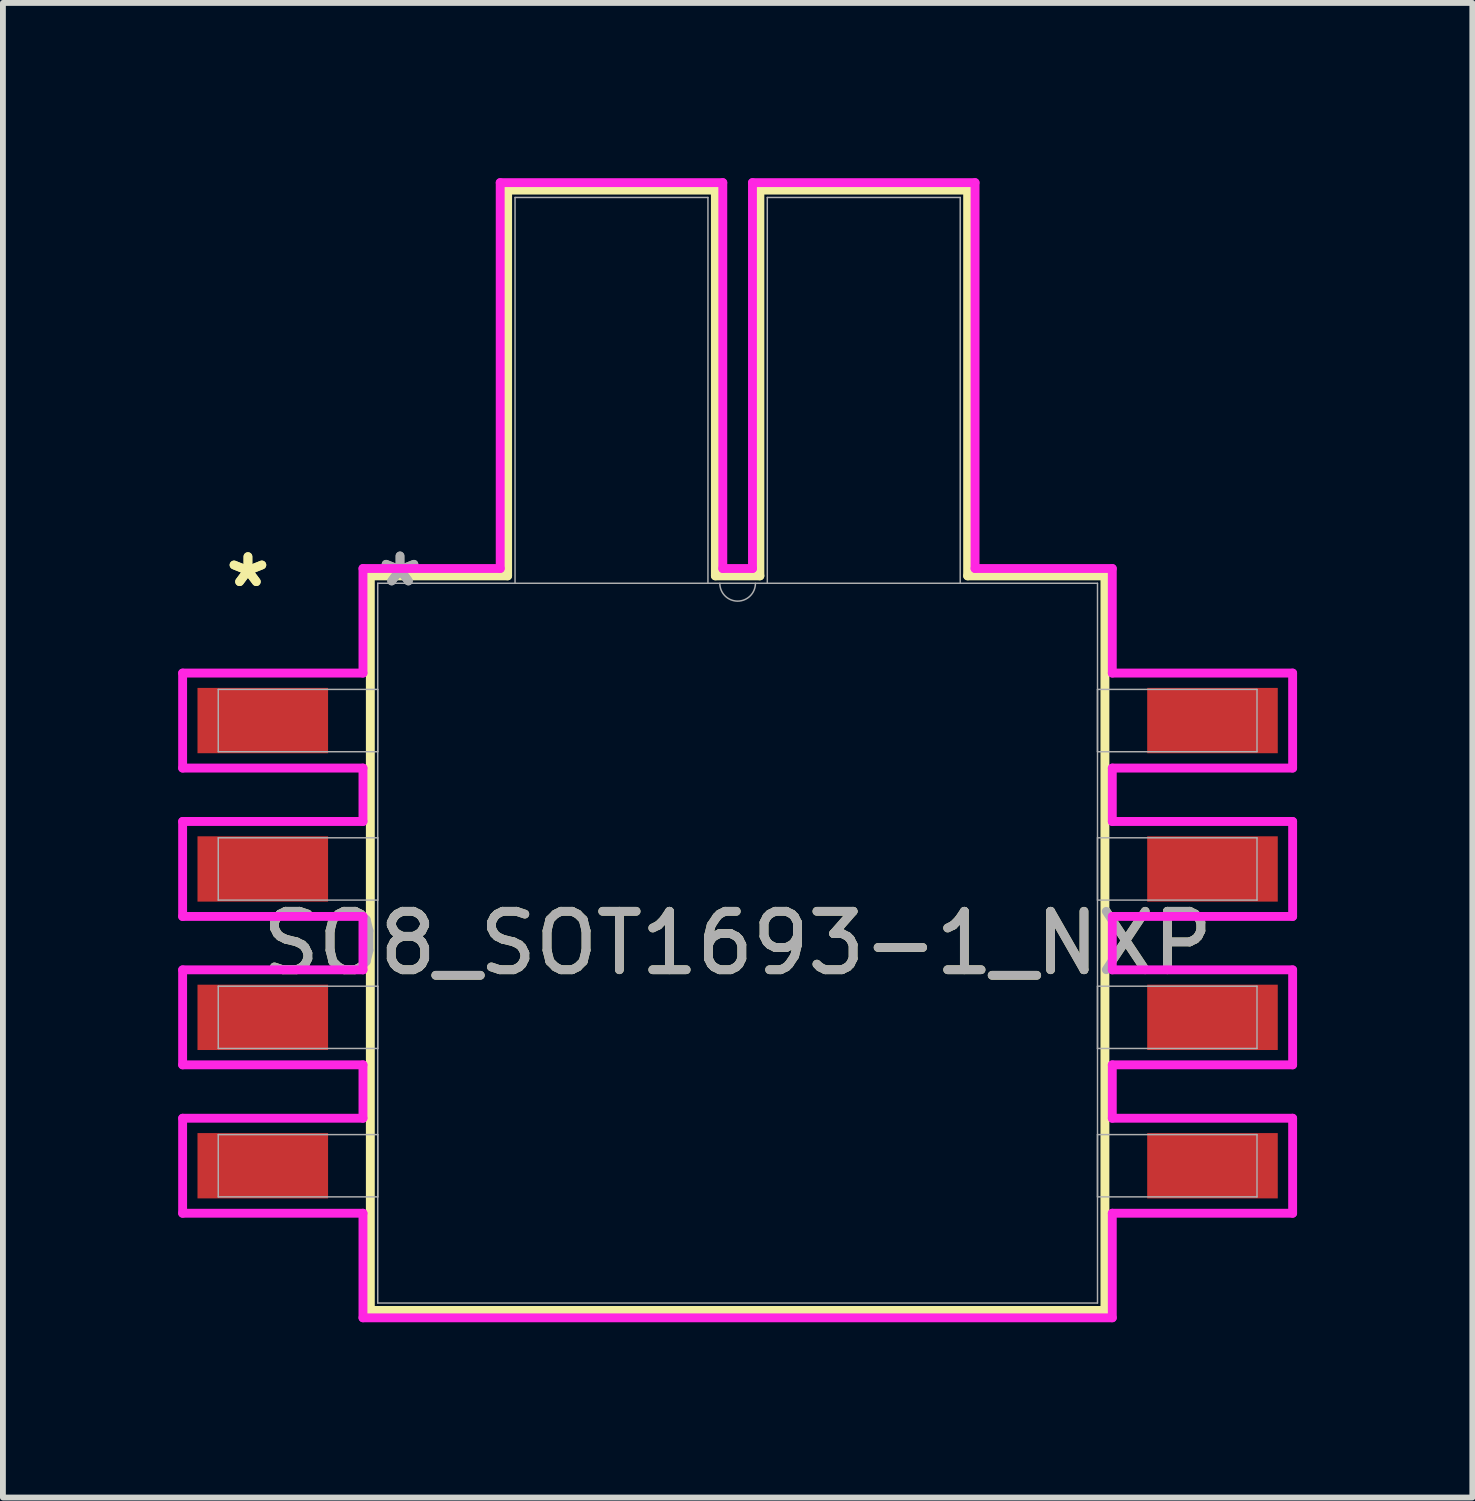
<source format=kicad_pcb>
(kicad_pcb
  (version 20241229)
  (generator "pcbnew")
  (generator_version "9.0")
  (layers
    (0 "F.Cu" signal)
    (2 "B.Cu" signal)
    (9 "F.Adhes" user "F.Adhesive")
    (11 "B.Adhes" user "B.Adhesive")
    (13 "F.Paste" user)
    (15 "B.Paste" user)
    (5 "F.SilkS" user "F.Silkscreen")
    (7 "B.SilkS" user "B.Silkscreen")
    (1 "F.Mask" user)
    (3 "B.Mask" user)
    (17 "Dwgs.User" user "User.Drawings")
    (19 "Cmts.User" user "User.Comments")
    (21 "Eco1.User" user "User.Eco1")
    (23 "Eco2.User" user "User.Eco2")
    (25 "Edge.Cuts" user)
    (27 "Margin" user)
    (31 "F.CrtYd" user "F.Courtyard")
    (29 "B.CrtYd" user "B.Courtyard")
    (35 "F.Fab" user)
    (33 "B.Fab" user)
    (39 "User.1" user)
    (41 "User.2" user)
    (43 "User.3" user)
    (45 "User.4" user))
  (footprint "SO8_SOT1693-1_NXP"
    (layer "F.Cu")
    (at 9.576 13.094)
    (property "Reference" "SO8_SOT1693-1_NXP" (at 0 0 0) (unlocked yes) (layer "F.SilkS") (effects (font (size 1 1) (thickness 0.15))))
    (attr smd)
    (fp_line (start -6.287 -6.287) (end -6.287 6.287) (stroke (width 0.152) (type solid)) (layer "F.SilkS"))
    (fp_line (start -6.287 6.287) (end 6.287 6.287) (stroke (width 0.152) (type solid)) (layer "F.SilkS"))
    (fp_line (start -3.937 -12.89) (end -3.937 -6.287) (stroke (width 0.152) (type solid)) (layer "F.SilkS"))
    (fp_line (start -3.937 -6.287) (end -6.287 -6.287) (stroke (width 0.152) (type solid)) (layer "F.SilkS"))
    (fp_line (start -0.381 -12.89) (end -3.937 -12.89) (stroke (width 0.152) (type solid)) (layer "F.SilkS"))
    (fp_line (start -0.381 -6.287) (end -0.381 -12.89) (stroke (width 0.152) (type solid)) (layer "F.SilkS"))
    (fp_line (start 0.381 -12.89) (end 0.381 -6.287) (stroke (width 0.152) (type solid)) (layer "F.SilkS"))
    (fp_line (start 0.381 -6.287) (end -0.381 -6.287) (stroke (width 0.152) (type solid)) (layer "F.SilkS"))
    (fp_line (start 3.937 -12.89) (end 0.381 -12.89) (stroke (width 0.152) (type solid)) (layer "F.SilkS"))
    (fp_line (start 3.937 -6.287) (end 3.937 -12.89) (stroke (width 0.152) (type solid)) (layer "F.SilkS"))
    (fp_line (start 6.287 -6.287) (end 3.937 -6.287) (stroke (width 0.152) (type solid)) (layer "F.SilkS"))
    (fp_line (start 6.287 6.287) (end 6.287 -6.287) (stroke (width 0.152) (type solid)) (layer "F.SilkS"))
    (fp_line (start -9.5 -4.623) (end -9.5 -2.997) (stroke (width 0.152) (type solid)) (layer "F.CrtYd"))
    (fp_line (start -9.5 -2.997) (end -6.413 -2.997) (stroke (width 0.152) (type solid)) (layer "F.CrtYd"))
    (fp_line (start -9.5 -2.083) (end -9.5 -0.457) (stroke (width 0.152) (type solid)) (layer "F.CrtYd"))
    (fp_line (start -9.5 -0.457) (end -6.413 -0.457) (stroke (width 0.152) (type solid)) (layer "F.CrtYd"))
    (fp_line (start -9.5 0.457) (end -9.5 2.083) (stroke (width 0.152) (type solid)) (layer "F.CrtYd"))
    (fp_line (start -9.5 2.083) (end -6.413 2.083) (stroke (width 0.152) (type solid)) (layer "F.CrtYd"))
    (fp_line (start -9.5 2.997) (end -9.5 4.623) (stroke (width 0.152) (type solid)) (layer "F.CrtYd"))
    (fp_line (start -9.5 4.623) (end -6.413 4.623) (stroke (width 0.152) (type solid)) (layer "F.CrtYd"))
    (fp_line (start -6.413 -6.413) (end -6.413 -4.623) (stroke (width 0.152) (type solid)) (layer "F.CrtYd"))
    (fp_line (start -6.413 -4.623) (end -9.5 -4.623) (stroke (width 0.152) (type solid)) (layer "F.CrtYd"))
    (fp_line (start -6.413 -2.997) (end -6.413 -2.083) (stroke (width 0.152) (type solid)) (layer "F.CrtYd"))
    (fp_line (start -6.413 -2.083) (end -9.5 -2.083) (stroke (width 0.152) (type solid)) (layer "F.CrtYd"))
    (fp_line (start -6.413 -0.457) (end -6.413 0.457) (stroke (width 0.152) (type solid)) (layer "F.CrtYd"))
    (fp_line (start -6.413 0.457) (end -9.5 0.457) (stroke (width 0.152) (type solid)) (layer "F.CrtYd"))
    (fp_line (start -6.413 2.083) (end -6.413 2.997) (stroke (width 0.152) (type solid)) (layer "F.CrtYd"))
    (fp_line (start -6.413 2.997) (end -9.5 2.997) (stroke (width 0.152) (type solid)) (layer "F.CrtYd"))
    (fp_line (start -6.413 4.623) (end -6.413 6.413) (stroke (width 0.152) (type solid)) (layer "F.CrtYd"))
    (fp_line (start -6.413 6.413) (end 6.413 6.413) (stroke (width 0.152) (type solid)) (layer "F.CrtYd"))
    (fp_line (start -4.064 -13.018) (end -4.064 -6.413) (stroke (width 0.152) (type solid)) (layer "F.CrtYd"))
    (fp_line (start -4.064 -6.413) (end -6.413 -6.413) (stroke (width 0.152) (type solid)) (layer "F.CrtYd"))
    (fp_line (start -0.254 -13.018) (end -4.064 -13.018) (stroke (width 0.152) (type solid)) (layer "F.CrtYd"))
    (fp_line (start -0.254 -6.413) (end -0.254 -13.018) (stroke (width 0.152) (type solid)) (layer "F.CrtYd"))
    (fp_line (start 0.254 -13.018) (end 0.254 -6.413) (stroke (width 0.152) (type solid)) (layer "F.CrtYd"))
    (fp_line (start 0.254 -6.413) (end -0.254 -6.413) (stroke (width 0.152) (type solid)) (layer "F.CrtYd"))
    (fp_line (start 4.064 -13.018) (end 0.254 -13.018) (stroke (width 0.152) (type solid)) (layer "F.CrtYd"))
    (fp_line (start 4.064 -6.413) (end 4.064 -13.018) (stroke (width 0.152) (type solid)) (layer "F.CrtYd"))
    (fp_line (start 6.413 -6.413) (end 4.064 -6.413) (stroke (width 0.152) (type solid)) (layer "F.CrtYd"))
    (fp_line (start 6.413 -4.623) (end 6.413 -6.413) (stroke (width 0.152) (type solid)) (layer "F.CrtYd"))
    (fp_line (start 6.413 -2.997) (end 9.5 -2.997) (stroke (width 0.152) (type solid)) (layer "F.CrtYd"))
    (fp_line (start 6.413 -2.083) (end 6.413 -2.997) (stroke (width 0.152) (type solid)) (layer "F.CrtYd"))
    (fp_line (start 6.413 -0.457) (end 9.5 -0.457) (stroke (width 0.152) (type solid)) (layer "F.CrtYd"))
    (fp_line (start 6.413 0.457) (end 6.413 -0.457) (stroke (width 0.152) (type solid)) (layer "F.CrtYd"))
    (fp_line (start 6.413 2.083) (end 9.5 2.083) (stroke (width 0.152) (type solid)) (layer "F.CrtYd"))
    (fp_line (start 6.413 2.997) (end 6.413 2.083) (stroke (width 0.152) (type solid)) (layer "F.CrtYd"))
    (fp_line (start 6.413 4.623) (end 9.5 4.623) (stroke (width 0.152) (type solid)) (layer "F.CrtYd"))
    (fp_line (start 6.413 6.413) (end 6.413 4.623) (stroke (width 0.152) (type solid)) (layer "F.CrtYd"))
    (fp_line (start 9.5 -4.623) (end 6.413 -4.623) (stroke (width 0.152) (type solid)) (layer "F.CrtYd"))
    (fp_line (start 9.5 -2.997) (end 9.5 -4.623) (stroke (width 0.152) (type solid)) (layer "F.CrtYd"))
    (fp_line (start 9.5 -2.083) (end 6.413 -2.083) (stroke (width 0.152) (type solid)) (layer "F.CrtYd"))
    (fp_line (start 9.5 -0.457) (end 9.5 -2.083) (stroke (width 0.152) (type solid)) (layer "F.CrtYd"))
    (fp_line (start 9.5 0.457) (end 6.413 0.457) (stroke (width 0.152) (type solid)) (layer "F.CrtYd"))
    (fp_line (start 9.5 2.083) (end 9.5 0.457) (stroke (width 0.152) (type solid)) (layer "F.CrtYd"))
    (fp_line (start 9.5 2.997) (end 6.413 2.997) (stroke (width 0.152) (type solid)) (layer "F.CrtYd"))
    (fp_line (start 9.5 4.623) (end 9.5 2.997) (stroke (width 0.152) (type solid)) (layer "F.CrtYd"))
    (fp_line (start -8.89 -4.343) (end -8.89 -3.277) (stroke (width 0.025) (type solid)) (layer "F.Fab"))
    (fp_line (start -8.89 -3.277) (end -6.16 -3.277) (stroke (width 0.025) (type solid)) (layer "F.Fab"))
    (fp_line (start -8.89 -1.803) (end -8.89 -0.737) (stroke (width 0.025) (type solid)) (layer "F.Fab"))
    (fp_line (start -8.89 -0.737) (end -6.16 -0.737) (stroke (width 0.025) (type solid)) (layer "F.Fab"))
    (fp_line (start -8.89 0.737) (end -8.89 1.803) (stroke (width 0.025) (type solid)) (layer "F.Fab"))
    (fp_line (start -8.89 1.803) (end -6.16 1.803) (stroke (width 0.025) (type solid)) (layer "F.Fab"))
    (fp_line (start -8.89 3.277) (end -8.89 4.343) (stroke (width 0.025) (type solid)) (layer "F.Fab"))
    (fp_line (start -8.89 4.343) (end -6.16 4.343) (stroke (width 0.025) (type solid)) (layer "F.Fab"))
    (fp_line (start -6.16 -6.16) (end -6.16 6.16) (stroke (width 0.025) (type solid)) (layer "F.Fab"))
    (fp_line (start -6.16 -4.343) (end -8.89 -4.343) (stroke (width 0.025) (type solid)) (layer "F.Fab"))
    (fp_line (start -6.16 -3.277) (end -6.16 -4.343) (stroke (width 0.025) (type solid)) (layer "F.Fab"))
    (fp_line (start -6.16 -1.803) (end -8.89 -1.803) (stroke (width 0.025) (type solid)) (layer "F.Fab"))
    (fp_line (start -6.16 -0.737) (end -6.16 -1.803) (stroke (width 0.025) (type solid)) (layer "F.Fab"))
    (fp_line (start -6.16 0.737) (end -8.89 0.737) (stroke (width 0.025) (type solid)) (layer "F.Fab"))
    (fp_line (start -6.16 1.803) (end -6.16 0.737) (stroke (width 0.025) (type solid)) (layer "F.Fab"))
    (fp_line (start -6.16 3.277) (end -8.89 3.277) (stroke (width 0.025) (type solid)) (layer "F.Fab"))
    (fp_line (start -6.16 4.343) (end -6.16 3.277) (stroke (width 0.025) (type solid)) (layer "F.Fab"))
    (fp_line (start -6.16 6.16) (end 6.16 6.16) (stroke (width 0.025) (type solid)) (layer "F.Fab"))
    (fp_line (start -3.81 -12.764) (end -0.508 -12.764) (stroke (width 0.025) (type solid)) (layer "F.Fab"))
    (fp_line (start -3.81 -6.16) (end -3.81 -12.764) (stroke (width 0.025) (type solid)) (layer "F.Fab"))
    (fp_line (start -0.508 -12.764) (end -0.508 -6.16) (stroke (width 0.025) (type solid)) (layer "F.Fab"))
    (fp_line (start 0.508 -12.764) (end 0.508 -6.16) (stroke (width 0.025) (type solid)) (layer "F.Fab"))
    (fp_line (start 0.508 -12.764) (end 3.81 -12.764) (stroke (width 0.025) (type solid)) (layer "F.Fab"))
    (fp_line (start 3.81 -12.764) (end 3.81 -6.16) (stroke (width 0.025) (type solid)) (layer "F.Fab"))
    (fp_line (start 6.16 -6.16) (end -6.16 -6.16) (stroke (width 0.025) (type solid)) (layer "F.Fab"))
    (fp_line (start 6.16 -4.343) (end 6.16 -3.277) (stroke (width 0.025) (type solid)) (layer "F.Fab"))
    (fp_line (start 6.16 -3.277) (end 8.89 -3.277) (stroke (width 0.025) (type solid)) (layer "F.Fab"))
    (fp_line (start 6.16 -1.803) (end 6.16 -0.737) (stroke (width 0.025) (type solid)) (layer "F.Fab"))
    (fp_line (start 6.16 -0.737) (end 8.89 -0.737) (stroke (width 0.025) (type solid)) (layer "F.Fab"))
    (fp_line (start 6.16 0.737) (end 6.16 1.803) (stroke (width 0.025) (type solid)) (layer "F.Fab"))
    (fp_line (start 6.16 1.803) (end 8.89 1.803) (stroke (width 0.025) (type solid)) (layer "F.Fab"))
    (fp_line (start 6.16 3.277) (end 6.16 4.343) (stroke (width 0.025) (type solid)) (layer "F.Fab"))
    (fp_line (start 6.16 4.343) (end 8.89 4.343) (stroke (width 0.025) (type solid)) (layer "F.Fab"))
    (fp_line (start 6.16 6.16) (end 6.16 -6.16) (stroke (width 0.025) (type solid)) (layer "F.Fab"))
    (fp_line (start 8.89 -4.343) (end 6.16 -4.343) (stroke (width 0.025) (type solid)) (layer "F.Fab"))
    (fp_line (start 8.89 -3.277) (end 8.89 -4.343) (stroke (width 0.025) (type solid)) (layer "F.Fab"))
    (fp_line (start 8.89 -1.803) (end 6.16 -1.803) (stroke (width 0.025) (type solid)) (layer "F.Fab"))
    (fp_line (start 8.89 -0.737) (end 8.89 -1.803) (stroke (width 0.025) (type solid)) (layer "F.Fab"))
    (fp_line (start 8.89 0.737) (end 6.16 0.737) (stroke (width 0.025) (type solid)) (layer "F.Fab"))
    (fp_line (start 8.89 1.803) (end 8.89 0.737) (stroke (width 0.025) (type solid)) (layer "F.Fab"))
    (fp_line (start 8.89 3.277) (end 6.16 3.277) (stroke (width 0.025) (type solid)) (layer "F.Fab"))
    (fp_line (start 8.89 4.343) (end 8.89 3.277) (stroke (width 0.025) (type solid)) (layer "F.Fab"))
    (fp_arc (start 0.3048 -6.1595) (mid 0 -5.8547) (end -0.3048 -6.1595) (stroke (width 0.0254) (type solid)) (layer "F.Fab"))
    (fp_text user "*" (at -8.382 -6.071 0) (unlocked yes) (layer "F.SilkS") (effects (font (size 1 1) (thickness 0.15))))
    (fp_text user "*" (at -8.382 -6.071 0) (layer "F.SilkS") (effects (font (size 1 1) (thickness 0.15))))
    (fp_text user "*" (at -5.779 -6.083 0) (unlocked yes) (layer "F.Fab") (effects (font (size 1 1) (thickness 0.15))))
    (fp_text user "*" (at -5.779 -6.083 0) (layer "F.Fab") (effects (font (size 1 1) (thickness 0.15))))
    (fp_text user "${REFERENCE}" (at 0 0 0) (unlocked yes) (layer "F.Fab") (effects (font (size 1 1) (thickness 0.15))))
    (pad "1" smd rect (at -8.128 -3.81) (size 2.235 1.118) (layers "F.Cu" "F.Mask" "F.Paste"))
    (pad "2" smd rect (at -8.128 -1.27) (size 2.235 1.118) (layers "F.Cu" "F.Mask" "F.Paste"))
    (pad "3" smd rect (at -8.128 1.27) (size 2.235 1.118) (layers "F.Cu" "F.Mask" "F.Paste"))
    (pad "4" smd rect (at -8.128 3.81) (size 2.235 1.118) (layers "F.Cu" "F.Mask" "F.Paste"))
    (pad "5" smd rect (at 8.128 3.81) (size 2.235 1.118) (layers "F.Cu" "F.Mask" "F.Paste"))
    (pad "6" smd rect (at 8.128 1.27) (size 2.235 1.118) (layers "F.Cu" "F.Mask" "F.Paste"))
    (pad "7" smd rect (at 8.128 -1.27) (size 2.235 1.118) (layers "F.Cu" "F.Mask" "F.Paste"))
    (pad "8" smd rect (at 8.128 -3.81) (size 2.235 1.118) (layers "F.Cu" "F.Mask" "F.Paste")))
  (gr_rect
    (start -3 -3)
    (end 22.152 22.583)
    (stroke (width 0.1) (type default))
    (fill no)
    (layer "Edge.Cuts")))
</source>
